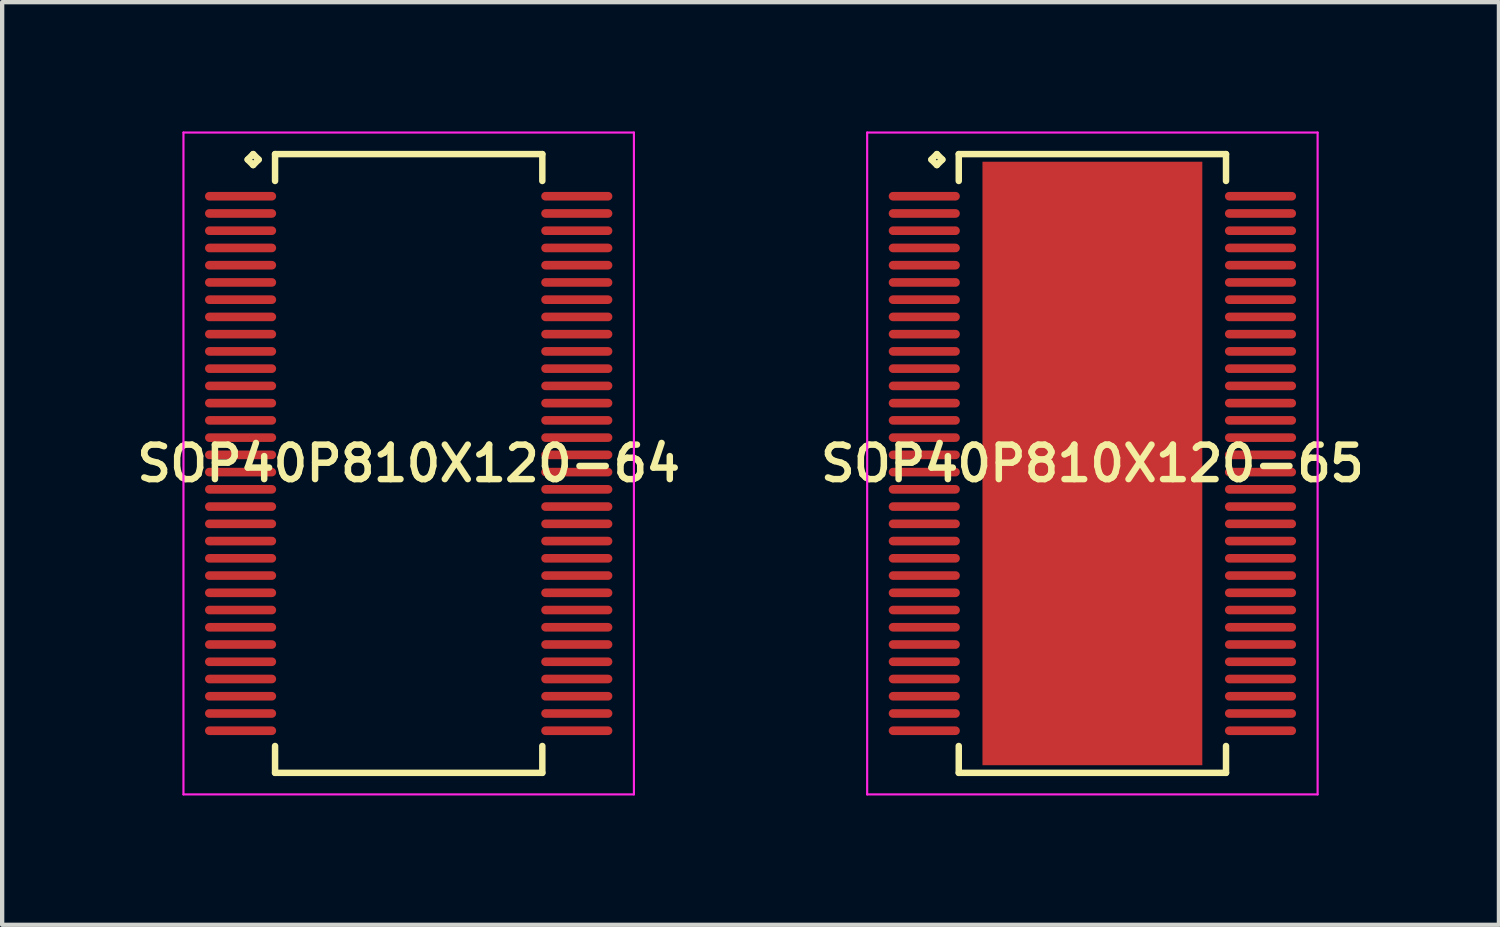
<source format=kicad_pcb>
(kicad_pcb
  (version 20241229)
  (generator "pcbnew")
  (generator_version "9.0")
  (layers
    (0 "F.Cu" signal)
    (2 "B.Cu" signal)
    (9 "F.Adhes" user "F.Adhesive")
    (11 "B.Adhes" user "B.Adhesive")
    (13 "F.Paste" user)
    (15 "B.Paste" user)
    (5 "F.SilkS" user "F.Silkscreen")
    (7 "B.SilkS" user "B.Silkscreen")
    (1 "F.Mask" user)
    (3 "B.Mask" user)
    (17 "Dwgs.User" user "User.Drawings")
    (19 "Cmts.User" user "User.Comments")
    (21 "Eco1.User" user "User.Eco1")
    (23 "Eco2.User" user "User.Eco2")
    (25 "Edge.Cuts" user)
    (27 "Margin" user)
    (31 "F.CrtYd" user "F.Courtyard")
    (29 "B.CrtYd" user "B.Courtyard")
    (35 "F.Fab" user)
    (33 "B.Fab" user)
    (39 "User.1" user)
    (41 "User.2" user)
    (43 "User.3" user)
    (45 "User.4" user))
  (footprint "SOP40P810X120-65"
    (layer "F.Cu")
    (at 22.292 7.702)
    (property "Reference" "SOP40P810X120-65" (at 0 0 0) (layer "F.SilkS") (effects (font (size 0.8 0.8) (thickness 0.15))))
    (attr smd)
    (fp_line (start -3.735 -7.05) (end -3.608 -7.177) (stroke (width 0.15) (type solid)) (layer "F.SilkS"))
    (fp_line (start -3.608 -7.177) (end -3.481 -7.05) (stroke (width 0.15) (type solid)) (layer "F.SilkS"))
    (fp_line (start -3.608 -6.923) (end -3.735 -7.05) (stroke (width 0.15) (type solid)) (layer "F.SilkS"))
    (fp_line (start -3.481 -7.05) (end -3.608 -6.923) (stroke (width 0.15) (type solid)) (layer "F.SilkS"))
    (fp_line (start -3.1 -7.177) (end 3.1 -7.177) (stroke (width 0.15) (type solid)) (layer "F.SilkS"))
    (fp_line (start -3.1 -6.554) (end -3.1 -7.177) (stroke (width 0.15) (type solid)) (layer "F.SilkS"))
    (fp_line (start -3.1 6.554) (end -3.1 7.177) (stroke (width 0.15) (type solid)) (layer "F.SilkS"))
    (fp_line (start -3.1 7.177) (end 3.1 7.177) (stroke (width 0.15) (type solid)) (layer "F.SilkS"))
    (fp_line (start 3.1 -7.177) (end 3.1 -6.554) (stroke (width 0.15) (type solid)) (layer "F.SilkS"))
    (fp_line (start 3.1 7.177) (end 3.1 6.554) (stroke (width 0.15) (type solid)) (layer "F.SilkS"))
    (fp_line (start -5.225 -7.677) (end 5.225 -7.677) (stroke (width 0.05) (type solid)) (layer "F.CrtYd"))
    (fp_line (start -5.225 7.677) (end -5.225 -7.677) (stroke (width 0.05) (type solid)) (layer "F.CrtYd"))
    (fp_line (start 5.225 -7.677) (end 5.225 7.677) (stroke (width 0.05) (type solid)) (layer "F.CrtYd"))
    (fp_line (start 5.225 7.677) (end -5.225 7.677) (stroke (width 0.05) (type solid)) (layer "F.CrtYd"))
    (pad "1" smd oval (at -3.9 -6.2) (size 1.65 0.2) (layers "F.Cu" "F.Mask" "F.Paste"))
    (pad "2" smd oval (at -3.9 -5.8) (size 1.65 0.2) (layers "F.Cu" "F.Mask" "F.Paste"))
    (pad "3" smd oval (at -3.9 -5.4) (size 1.65 0.2) (layers "F.Cu" "F.Mask" "F.Paste"))
    (pad "4" smd oval (at -3.9 -5) (size 1.65 0.2) (layers "F.Cu" "F.Mask" "F.Paste"))
    (pad "5" smd oval (at -3.9 -4.6) (size 1.65 0.2) (layers "F.Cu" "F.Mask" "F.Paste"))
    (pad "6" smd oval (at -3.9 -4.2) (size 1.65 0.2) (layers "F.Cu" "F.Mask" "F.Paste"))
    (pad "7" smd oval (at -3.9 -3.8) (size 1.65 0.2) (layers "F.Cu" "F.Mask" "F.Paste"))
    (pad "8" smd oval (at -3.9 -3.4) (size 1.65 0.2) (layers "F.Cu" "F.Mask" "F.Paste"))
    (pad "9" smd oval (at -3.9 -3) (size 1.65 0.2) (layers "F.Cu" "F.Mask" "F.Paste"))
    (pad "10" smd oval (at -3.9 -2.6) (size 1.65 0.2) (layers "F.Cu" "F.Mask" "F.Paste"))
    (pad "11" smd oval (at -3.9 -2.2) (size 1.65 0.2) (layers "F.Cu" "F.Mask" "F.Paste"))
    (pad "12" smd oval (at -3.9 -1.8) (size 1.65 0.2) (layers "F.Cu" "F.Mask" "F.Paste"))
    (pad "13" smd oval (at -3.9 -1.4) (size 1.65 0.2) (layers "F.Cu" "F.Mask" "F.Paste"))
    (pad "14" smd oval (at -3.9 -1) (size 1.65 0.2) (layers "F.Cu" "F.Mask" "F.Paste"))
    (pad "15" smd oval (at -3.9 -0.6) (size 1.65 0.2) (layers "F.Cu" "F.Mask" "F.Paste"))
    (pad "16" smd oval (at -3.9 -0.2) (size 1.65 0.2) (layers "F.Cu" "F.Mask" "F.Paste"))
    (pad "17" smd oval (at -3.9 0.2) (size 1.65 0.2) (layers "F.Cu" "F.Mask" "F.Paste"))
    (pad "18" smd oval (at -3.9 0.6) (size 1.65 0.2) (layers "F.Cu" "F.Mask" "F.Paste"))
    (pad "19" smd oval (at -3.9 1) (size 1.65 0.2) (layers "F.Cu" "F.Mask" "F.Paste"))
    (pad "20" smd oval (at -3.9 1.4) (size 1.65 0.2) (layers "F.Cu" "F.Mask" "F.Paste"))
    (pad "21" smd oval (at -3.9 1.8) (size 1.65 0.2) (layers "F.Cu" "F.Mask" "F.Paste"))
    (pad "22" smd oval (at -3.9 2.2) (size 1.65 0.2) (layers "F.Cu" "F.Mask" "F.Paste"))
    (pad "23" smd oval (at -3.9 2.6) (size 1.65 0.2) (layers "F.Cu" "F.Mask" "F.Paste"))
    (pad "24" smd oval (at -3.9 3) (size 1.65 0.2) (layers "F.Cu" "F.Mask" "F.Paste"))
    (pad "25" smd oval (at -3.9 3.4) (size 1.65 0.2) (layers "F.Cu" "F.Mask" "F.Paste"))
    (pad "26" smd oval (at -3.9 3.8) (size 1.65 0.2) (layers "F.Cu" "F.Mask" "F.Paste"))
    (pad "27" smd oval (at -3.9 4.2) (size 1.65 0.2) (layers "F.Cu" "F.Mask" "F.Paste"))
    (pad "28" smd oval (at -3.9 4.6) (size 1.65 0.2) (layers "F.Cu" "F.Mask" "F.Paste"))
    (pad "29" smd oval (at -3.9 5) (size 1.65 0.2) (layers "F.Cu" "F.Mask" "F.Paste"))
    (pad "30" smd oval (at -3.9 5.4) (size 1.65 0.2) (layers "F.Cu" "F.Mask" "F.Paste"))
    (pad "31" smd oval (at -3.9 5.8) (size 1.65 0.2) (layers "F.Cu" "F.Mask" "F.Paste"))
    (pad "32" smd oval (at -3.9 6.2) (size 1.65 0.2) (layers "F.Cu" "F.Mask" "F.Paste"))
    (pad "33" smd oval (at 3.9 6.2) (size 1.65 0.2) (layers "F.Cu" "F.Mask" "F.Paste"))
    (pad "34" smd oval (at 3.9 5.8) (size 1.65 0.2) (layers "F.Cu" "F.Mask" "F.Paste"))
    (pad "35" smd oval (at 3.9 5.4) (size 1.65 0.2) (layers "F.Cu" "F.Mask" "F.Paste"))
    (pad "36" smd oval (at 3.9 5) (size 1.65 0.2) (layers "F.Cu" "F.Mask" "F.Paste"))
    (pad "37" smd oval (at 3.9 4.6) (size 1.65 0.2) (layers "F.Cu" "F.Mask" "F.Paste"))
    (pad "38" smd oval (at 3.9 4.2) (size 1.65 0.2) (layers "F.Cu" "F.Mask" "F.Paste"))
    (pad "39" smd oval (at 3.9 3.8) (size 1.65 0.2) (layers "F.Cu" "F.Mask" "F.Paste"))
    (pad "40" smd oval (at 3.9 3.4) (size 1.65 0.2) (layers "F.Cu" "F.Mask" "F.Paste"))
    (pad "41" smd oval (at 3.9 3) (size 1.65 0.2) (layers "F.Cu" "F.Mask" "F.Paste"))
    (pad "42" smd oval (at 3.9 2.6) (size 1.65 0.2) (layers "F.Cu" "F.Mask" "F.Paste"))
    (pad "43" smd oval (at 3.9 2.2) (size 1.65 0.2) (layers "F.Cu" "F.Mask" "F.Paste"))
    (pad "44" smd oval (at 3.9 1.8) (size 1.65 0.2) (layers "F.Cu" "F.Mask" "F.Paste"))
    (pad "45" smd oval (at 3.9 1.4) (size 1.65 0.2) (layers "F.Cu" "F.Mask" "F.Paste"))
    (pad "46" smd oval (at 3.9 1) (size 1.65 0.2) (layers "F.Cu" "F.Mask" "F.Paste"))
    (pad "47" smd oval (at 3.9 0.6) (size 1.65 0.2) (layers "F.Cu" "F.Mask" "F.Paste"))
    (pad "48" smd oval (at 3.9 0.2) (size 1.65 0.2) (layers "F.Cu" "F.Mask" "F.Paste"))
    (pad "49" smd oval (at 3.9 -0.2) (size 1.65 0.2) (layers "F.Cu" "F.Mask" "F.Paste"))
    (pad "50" smd oval (at 3.9 -0.6) (size 1.65 0.2) (layers "F.Cu" "F.Mask" "F.Paste"))
    (pad "51" smd oval (at 3.9 -1) (size 1.65 0.2) (layers "F.Cu" "F.Mask" "F.Paste"))
    (pad "52" smd oval (at 3.9 -1.4) (size 1.65 0.2) (layers "F.Cu" "F.Mask" "F.Paste"))
    (pad "53" smd oval (at 3.9 -1.8) (size 1.65 0.2) (layers "F.Cu" "F.Mask" "F.Paste"))
    (pad "54" smd oval (at 3.9 -2.2) (size 1.65 0.2) (layers "F.Cu" "F.Mask" "F.Paste"))
    (pad "55" smd oval (at 3.9 -2.6) (size 1.65 0.2) (layers "F.Cu" "F.Mask" "F.Paste"))
    (pad "56" smd oval (at 3.9 -3) (size 1.65 0.2) (layers "F.Cu" "F.Mask" "F.Paste"))
    (pad "57" smd oval (at 3.9 -3.4) (size 1.65 0.2) (layers "F.Cu" "F.Mask" "F.Paste"))
    (pad "58" smd oval (at 3.9 -3.8) (size 1.65 0.2) (layers "F.Cu" "F.Mask" "F.Paste"))
    (pad "59" smd oval (at 3.9 -4.2) (size 1.65 0.2) (layers "F.Cu" "F.Mask" "F.Paste"))
    (pad "60" smd oval (at 3.9 -4.6) (size 1.65 0.2) (layers "F.Cu" "F.Mask" "F.Paste"))
    (pad "61" smd oval (at 3.9 -5) (size 1.65 0.2) (layers "F.Cu" "F.Mask" "F.Paste"))
    (pad "62" smd oval (at 3.9 -5.4) (size 1.65 0.2) (layers "F.Cu" "F.Mask" "F.Paste"))
    (pad "63" smd oval (at 3.9 -5.8) (size 1.65 0.2) (layers "F.Cu" "F.Mask" "F.Paste"))
    (pad "64" smd oval (at 3.9 -6.2) (size 1.65 0.2) (layers "F.Cu" "F.Mask" "F.Paste"))
    (pad "65" smd rect (at 0 0) (size 5.1 14) (layers "F.Cu" "F.Mask" "F.Paste")))
  (footprint "SOP40P810X120-64"
    (layer "F.Cu")
    (at 6.431 7.702)
    (property "Reference" "SOP40P810X120-64" (at 0 0 0) (layer "F.SilkS") (effects (font (size 0.8 0.8) (thickness 0.15))))
    (attr smd)
    (fp_line (start -3.735 -7.05) (end -3.608 -7.177) (stroke (width 0.15) (type solid)) (layer "F.SilkS"))
    (fp_line (start -3.608 -7.177) (end -3.481 -7.05) (stroke (width 0.15) (type solid)) (layer "F.SilkS"))
    (fp_line (start -3.608 -6.923) (end -3.735 -7.05) (stroke (width 0.15) (type solid)) (layer "F.SilkS"))
    (fp_line (start -3.481 -7.05) (end -3.608 -6.923) (stroke (width 0.15) (type solid)) (layer "F.SilkS"))
    (fp_line (start -3.1 -7.177) (end 3.1 -7.177) (stroke (width 0.15) (type solid)) (layer "F.SilkS"))
    (fp_line (start -3.1 -6.554) (end -3.1 -7.177) (stroke (width 0.15) (type solid)) (layer "F.SilkS"))
    (fp_line (start -3.1 6.554) (end -3.1 7.177) (stroke (width 0.15) (type solid)) (layer "F.SilkS"))
    (fp_line (start -3.1 7.177) (end 3.1 7.177) (stroke (width 0.15) (type solid)) (layer "F.SilkS"))
    (fp_line (start 3.1 -7.177) (end 3.1 -6.554) (stroke (width 0.15) (type solid)) (layer "F.SilkS"))
    (fp_line (start 3.1 7.177) (end 3.1 6.554) (stroke (width 0.15) (type solid)) (layer "F.SilkS"))
    (fp_line (start -5.225 -7.677) (end 5.225 -7.677) (stroke (width 0.05) (type solid)) (layer "F.CrtYd"))
    (fp_line (start -5.225 7.677) (end -5.225 -7.677) (stroke (width 0.05) (type solid)) (layer "F.CrtYd"))
    (fp_line (start 5.225 -7.677) (end 5.225 7.677) (stroke (width 0.05) (type solid)) (layer "F.CrtYd"))
    (fp_line (start 5.225 7.677) (end -5.225 7.677) (stroke (width 0.05) (type solid)) (layer "F.CrtYd"))
    (pad "1" smd oval (at -3.9 -6.2) (size 1.65 0.2) (layers "F.Cu" "F.Mask" "F.Paste"))
    (pad "2" smd oval (at -3.9 -5.8) (size 1.65 0.2) (layers "F.Cu" "F.Mask" "F.Paste"))
    (pad "3" smd oval (at -3.9 -5.4) (size 1.65 0.2) (layers "F.Cu" "F.Mask" "F.Paste"))
    (pad "4" smd oval (at -3.9 -5) (size 1.65 0.2) (layers "F.Cu" "F.Mask" "F.Paste"))
    (pad "5" smd oval (at -3.9 -4.6) (size 1.65 0.2) (layers "F.Cu" "F.Mask" "F.Paste"))
    (pad "6" smd oval (at -3.9 -4.2) (size 1.65 0.2) (layers "F.Cu" "F.Mask" "F.Paste"))
    (pad "7" smd oval (at -3.9 -3.8) (size 1.65 0.2) (layers "F.Cu" "F.Mask" "F.Paste"))
    (pad "8" smd oval (at -3.9 -3.4) (size 1.65 0.2) (layers "F.Cu" "F.Mask" "F.Paste"))
    (pad "9" smd oval (at -3.9 -3) (size 1.65 0.2) (layers "F.Cu" "F.Mask" "F.Paste"))
    (pad "10" smd oval (at -3.9 -2.6) (size 1.65 0.2) (layers "F.Cu" "F.Mask" "F.Paste"))
    (pad "11" smd oval (at -3.9 -2.2) (size 1.65 0.2) (layers "F.Cu" "F.Mask" "F.Paste"))
    (pad "12" smd oval (at -3.9 -1.8) (size 1.65 0.2) (layers "F.Cu" "F.Mask" "F.Paste"))
    (pad "13" smd oval (at -3.9 -1.4) (size 1.65 0.2) (layers "F.Cu" "F.Mask" "F.Paste"))
    (pad "14" smd oval (at -3.9 -1) (size 1.65 0.2) (layers "F.Cu" "F.Mask" "F.Paste"))
    (pad "15" smd oval (at -3.9 -0.6) (size 1.65 0.2) (layers "F.Cu" "F.Mask" "F.Paste"))
    (pad "16" smd oval (at -3.9 -0.2) (size 1.65 0.2) (layers "F.Cu" "F.Mask" "F.Paste"))
    (pad "17" smd oval (at -3.9 0.2) (size 1.65 0.2) (layers "F.Cu" "F.Mask" "F.Paste"))
    (pad "18" smd oval (at -3.9 0.6) (size 1.65 0.2) (layers "F.Cu" "F.Mask" "F.Paste"))
    (pad "19" smd oval (at -3.9 1) (size 1.65 0.2) (layers "F.Cu" "F.Mask" "F.Paste"))
    (pad "20" smd oval (at -3.9 1.4) (size 1.65 0.2) (layers "F.Cu" "F.Mask" "F.Paste"))
    (pad "21" smd oval (at -3.9 1.8) (size 1.65 0.2) (layers "F.Cu" "F.Mask" "F.Paste"))
    (pad "22" smd oval (at -3.9 2.2) (size 1.65 0.2) (layers "F.Cu" "F.Mask" "F.Paste"))
    (pad "23" smd oval (at -3.9 2.6) (size 1.65 0.2) (layers "F.Cu" "F.Mask" "F.Paste"))
    (pad "24" smd oval (at -3.9 3) (size 1.65 0.2) (layers "F.Cu" "F.Mask" "F.Paste"))
    (pad "25" smd oval (at -3.9 3.4) (size 1.65 0.2) (layers "F.Cu" "F.Mask" "F.Paste"))
    (pad "26" smd oval (at -3.9 3.8) (size 1.65 0.2) (layers "F.Cu" "F.Mask" "F.Paste"))
    (pad "27" smd oval (at -3.9 4.2) (size 1.65 0.2) (layers "F.Cu" "F.Mask" "F.Paste"))
    (pad "28" smd oval (at -3.9 4.6) (size 1.65 0.2) (layers "F.Cu" "F.Mask" "F.Paste"))
    (pad "29" smd oval (at -3.9 5) (size 1.65 0.2) (layers "F.Cu" "F.Mask" "F.Paste"))
    (pad "30" smd oval (at -3.9 5.4) (size 1.65 0.2) (layers "F.Cu" "F.Mask" "F.Paste"))
    (pad "31" smd oval (at -3.9 5.8) (size 1.65 0.2) (layers "F.Cu" "F.Mask" "F.Paste"))
    (pad "32" smd oval (at -3.9 6.2) (size 1.65 0.2) (layers "F.Cu" "F.Mask" "F.Paste"))
    (pad "33" smd oval (at 3.9 6.2) (size 1.65 0.2) (layers "F.Cu" "F.Mask" "F.Paste"))
    (pad "34" smd oval (at 3.9 5.8) (size 1.65 0.2) (layers "F.Cu" "F.Mask" "F.Paste"))
    (pad "35" smd oval (at 3.9 5.4) (size 1.65 0.2) (layers "F.Cu" "F.Mask" "F.Paste"))
    (pad "36" smd oval (at 3.9 5) (size 1.65 0.2) (layers "F.Cu" "F.Mask" "F.Paste"))
    (pad "37" smd oval (at 3.9 4.6) (size 1.65 0.2) (layers "F.Cu" "F.Mask" "F.Paste"))
    (pad "38" smd oval (at 3.9 4.2) (size 1.65 0.2) (layers "F.Cu" "F.Mask" "F.Paste"))
    (pad "39" smd oval (at 3.9 3.8) (size 1.65 0.2) (layers "F.Cu" "F.Mask" "F.Paste"))
    (pad "40" smd oval (at 3.9 3.4) (size 1.65 0.2) (layers "F.Cu" "F.Mask" "F.Paste"))
    (pad "41" smd oval (at 3.9 3) (size 1.65 0.2) (layers "F.Cu" "F.Mask" "F.Paste"))
    (pad "42" smd oval (at 3.9 2.6) (size 1.65 0.2) (layers "F.Cu" "F.Mask" "F.Paste"))
    (pad "43" smd oval (at 3.9 2.2) (size 1.65 0.2) (layers "F.Cu" "F.Mask" "F.Paste"))
    (pad "44" smd oval (at 3.9 1.8) (size 1.65 0.2) (layers "F.Cu" "F.Mask" "F.Paste"))
    (pad "45" smd oval (at 3.9 1.4) (size 1.65 0.2) (layers "F.Cu" "F.Mask" "F.Paste"))
    (pad "46" smd oval (at 3.9 1) (size 1.65 0.2) (layers "F.Cu" "F.Mask" "F.Paste"))
    (pad "47" smd oval (at 3.9 0.6) (size 1.65 0.2) (layers "F.Cu" "F.Mask" "F.Paste"))
    (pad "48" smd oval (at 3.9 0.2) (size 1.65 0.2) (layers "F.Cu" "F.Mask" "F.Paste"))
    (pad "49" smd oval (at 3.9 -0.2) (size 1.65 0.2) (layers "F.Cu" "F.Mask" "F.Paste"))
    (pad "50" smd oval (at 3.9 -0.6) (size 1.65 0.2) (layers "F.Cu" "F.Mask" "F.Paste"))
    (pad "51" smd oval (at 3.9 -1) (size 1.65 0.2) (layers "F.Cu" "F.Mask" "F.Paste"))
    (pad "52" smd oval (at 3.9 -1.4) (size 1.65 0.2) (layers "F.Cu" "F.Mask" "F.Paste"))
    (pad "53" smd oval (at 3.9 -1.8) (size 1.65 0.2) (layers "F.Cu" "F.Mask" "F.Paste"))
    (pad "54" smd oval (at 3.9 -2.2) (size 1.65 0.2) (layers "F.Cu" "F.Mask" "F.Paste"))
    (pad "55" smd oval (at 3.9 -2.6) (size 1.65 0.2) (layers "F.Cu" "F.Mask" "F.Paste"))
    (pad "56" smd oval (at 3.9 -3) (size 1.65 0.2) (layers "F.Cu" "F.Mask" "F.Paste"))
    (pad "57" smd oval (at 3.9 -3.4) (size 1.65 0.2) (layers "F.Cu" "F.Mask" "F.Paste"))
    (pad "58" smd oval (at 3.9 -3.8) (size 1.65 0.2) (layers "F.Cu" "F.Mask" "F.Paste"))
    (pad "59" smd oval (at 3.9 -4.2) (size 1.65 0.2) (layers "F.Cu" "F.Mask" "F.Paste"))
    (pad "60" smd oval (at 3.9 -4.6) (size 1.65 0.2) (layers "F.Cu" "F.Mask" "F.Paste"))
    (pad "61" smd oval (at 3.9 -5) (size 1.65 0.2) (layers "F.Cu" "F.Mask" "F.Paste"))
    (pad "62" smd oval (at 3.9 -5.4) (size 1.65 0.2) (layers "F.Cu" "F.Mask" "F.Paste"))
    (pad "63" smd oval (at 3.9 -5.8) (size 1.65 0.2) (layers "F.Cu" "F.Mask" "F.Paste"))
    (pad "64" smd oval (at 3.9 -6.2) (size 1.65 0.2) (layers "F.Cu" "F.Mask" "F.Paste")))
  (gr_rect
    (start -3 -3)
    (end 31.723 18.404)
    (stroke (width 0.1) (type default))
    (fill no)
    (layer "Edge.Cuts")))
</source>
